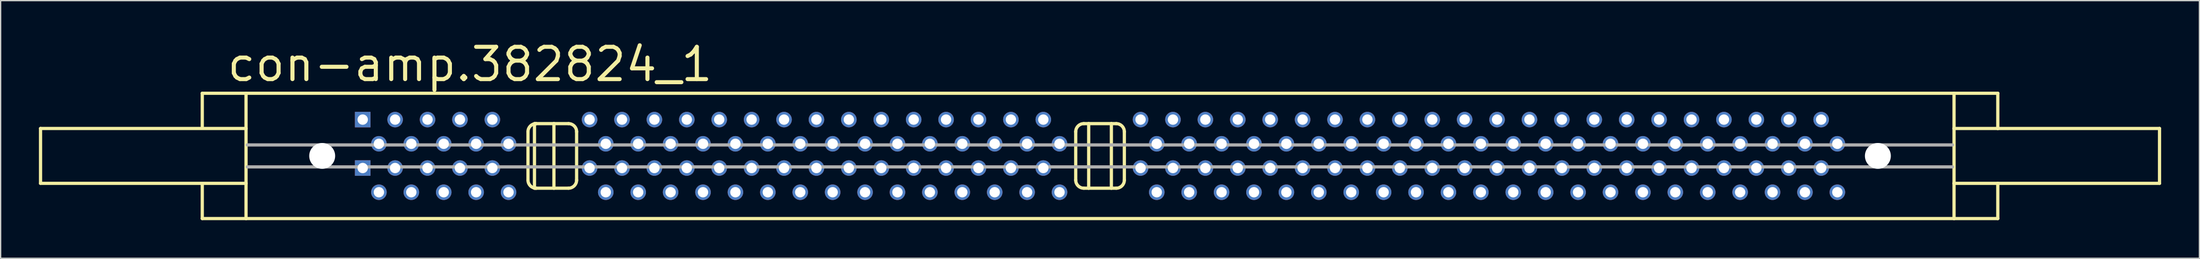
<source format=kicad_pcb>
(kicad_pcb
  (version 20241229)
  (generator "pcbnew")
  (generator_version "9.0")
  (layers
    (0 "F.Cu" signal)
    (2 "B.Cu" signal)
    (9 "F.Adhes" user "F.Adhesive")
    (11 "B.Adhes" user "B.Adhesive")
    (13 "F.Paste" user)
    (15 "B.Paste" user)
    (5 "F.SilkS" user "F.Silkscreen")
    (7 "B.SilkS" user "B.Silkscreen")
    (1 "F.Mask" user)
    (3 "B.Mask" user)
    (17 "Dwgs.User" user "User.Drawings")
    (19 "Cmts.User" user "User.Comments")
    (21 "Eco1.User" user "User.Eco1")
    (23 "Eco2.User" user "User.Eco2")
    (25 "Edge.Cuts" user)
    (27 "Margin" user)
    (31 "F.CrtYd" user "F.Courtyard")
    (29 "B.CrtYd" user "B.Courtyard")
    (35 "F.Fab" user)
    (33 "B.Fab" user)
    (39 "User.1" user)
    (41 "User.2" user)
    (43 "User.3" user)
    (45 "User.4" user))
  (footprint "con-amp.382824_1"
    (layer "F.Cu")
    (at 83.16 9.215)
    (property "Reference" "con-amp.382824_1" (at -68.58 -5.715 0) (layer "F.SilkS") (effects (font (size 2.54 2.54) (thickness 0.32)) (justify left bottom)))
    (attr through_hole)
    (fp_line (start -83.033 -2.159) (end -66.929 -2.159) (stroke (width 0.254) (type default)) (layer "F.SilkS"))
    (fp_line (start -83.033 2.159) (end -83.033 -2.159) (stroke (width 0.254) (type default)) (layer "F.SilkS"))
    (fp_line (start -70.358 -4.928) (end -66.929 -4.928) (stroke (width 0.254) (type default)) (layer "F.SilkS"))
    (fp_line (start -70.358 -2.311) (end -70.358 -4.928) (stroke (width 0.254) (type default)) (layer "F.SilkS"))
    (fp_line (start -70.358 2.286) (end -70.358 4.928) (stroke (width 0.254) (type default)) (layer "F.SilkS"))
    (fp_line (start -70.358 4.928) (end -66.929 4.928) (stroke (width 0.254) (type default)) (layer "F.SilkS"))
    (fp_line (start -66.929 -4.928) (end -66.929 -2.159) (stroke (width 0.254) (type default)) (layer "F.SilkS"))
    (fp_line (start -66.929 -4.928) (end 66.929 -4.928) (stroke (width 0.254) (type default)) (layer "F.SilkS"))
    (fp_line (start -66.929 -2.159) (end -66.929 2.159) (stroke (width 0.254) (type default)) (layer "F.SilkS"))
    (fp_line (start -66.929 2.159) (end -83.033 2.159) (stroke (width 0.254) (type default)) (layer "F.SilkS"))
    (fp_line (start -66.929 4.928) (end -66.929 2.159) (stroke (width 0.254) (type default)) (layer "F.SilkS"))
    (fp_line (start -44.831 -1.905) (end -44.831 1.905) (stroke (width 0.254) (type default)) (layer "F.SilkS"))
    (fp_line (start -44.323 2.54) (end -44.323 -2.54) (stroke (width 0.254) (type default)) (layer "F.SilkS"))
    (fp_line (start -44.323 2.54) (end -44.196 2.54) (stroke (width 0.254) (type default)) (layer "F.SilkS"))
    (fp_line (start -44.196 -2.54) (end -44.323 -2.54) (stroke (width 0.254) (type default)) (layer "F.SilkS"))
    (fp_line (start -44.196 2.54) (end -42.799 2.54) (stroke (width 0.254) (type default)) (layer "F.SilkS"))
    (fp_line (start -42.799 -2.54) (end -44.196 -2.54) (stroke (width 0.254) (type default)) (layer "F.SilkS"))
    (fp_line (start -42.799 2.54) (end -42.799 -2.54) (stroke (width 0.254) (type default)) (layer "F.SilkS"))
    (fp_line (start -42.799 2.54) (end -41.656 2.54) (stroke (width 0.254) (type default)) (layer "F.SilkS"))
    (fp_line (start -41.656 -2.54) (end -42.799 -2.54) (stroke (width 0.254) (type default)) (layer "F.SilkS"))
    (fp_line (start -41.021 1.905) (end -41.021 -1.905) (stroke (width 0.254) (type default)) (layer "F.SilkS"))
    (fp_line (start -1.905 -1.905) (end -1.905 1.905) (stroke (width 0.254) (type default)) (layer "F.SilkS"))
    (fp_line (start -1.27 2.54) (end -0.889 2.54) (stroke (width 0.254) (type default)) (layer "F.SilkS"))
    (fp_line (start -0.889 -2.54) (end -1.27 -2.54) (stroke (width 0.254) (type default)) (layer "F.SilkS"))
    (fp_line (start -0.889 2.54) (end -0.889 -2.54) (stroke (width 0.254) (type default)) (layer "F.SilkS"))
    (fp_line (start -0.889 2.54) (end 0.889 2.54) (stroke (width 0.254) (type default)) (layer "F.SilkS"))
    (fp_line (start 0.889 -2.54) (end -0.889 -2.54) (stroke (width 0.254) (type default)) (layer "F.SilkS"))
    (fp_line (start 0.889 2.54) (end 0.889 -2.54) (stroke (width 0.254) (type default)) (layer "F.SilkS"))
    (fp_line (start 0.889 2.54) (end 1.27 2.54) (stroke (width 0.254) (type default)) (layer "F.SilkS"))
    (fp_line (start 1.27 -2.54) (end 0.889 -2.54) (stroke (width 0.254) (type default)) (layer "F.SilkS"))
    (fp_line (start 1.905 1.905) (end 1.905 -1.905) (stroke (width 0.254) (type default)) (layer "F.SilkS"))
    (fp_line (start 66.929 -4.928) (end 66.929 -2.159) (stroke (width 0.254) (type default)) (layer "F.SilkS"))
    (fp_line (start 66.929 -2.159) (end 66.929 2.159) (stroke (width 0.254) (type default)) (layer "F.SilkS"))
    (fp_line (start 66.929 2.159) (end 66.929 4.928) (stroke (width 0.254) (type default)) (layer "F.SilkS"))
    (fp_line (start 66.929 4.928) (end -66.904 4.928) (stroke (width 0.254) (type default)) (layer "F.SilkS"))
    (fp_line (start 66.929 4.928) (end 70.358 4.928) (stroke (width 0.254) (type default)) (layer "F.SilkS"))
    (fp_line (start 70.358 -4.928) (end 66.929 -4.928) (stroke (width 0.254) (type default)) (layer "F.SilkS"))
    (fp_line (start 70.358 -2.159) (end 66.929 -2.159) (stroke (width 0.254) (type default)) (layer "F.SilkS"))
    (fp_line (start 70.358 -2.159) (end 70.358 -4.928) (stroke (width 0.254) (type default)) (layer "F.SilkS"))
    (fp_line (start 70.358 2.159) (end 66.929 2.159) (stroke (width 0.254) (type default)) (layer "F.SilkS"))
    (fp_line (start 70.358 2.159) (end 83.033 2.159) (stroke (width 0.254) (type default)) (layer "F.SilkS"))
    (fp_line (start 70.358 4.928) (end 70.358 2.159) (stroke (width 0.254) (type default)) (layer "F.SilkS"))
    (fp_line (start 83.033 -2.159) (end 70.358 -2.159) (stroke (width 0.254) (type default)) (layer "F.SilkS"))
    (fp_line (start 83.033 2.159) (end 83.033 -2.159) (stroke (width 0.254) (type default)) (layer "F.SilkS"))
    (fp_arc (start -44.831 -1.905) (mid -44.645013 -2.354013) (end -44.196 -2.54) (stroke (width 0.254) (type default)) (layer "F.SilkS"))
    (fp_arc (start -44.196 2.54) (mid -44.645013 2.354013) (end -44.831 1.905) (stroke (width 0.254) (type default)) (layer "F.SilkS"))
    (fp_arc (start -41.656 -2.54) (mid -41.206987 -2.354013) (end -41.021 -1.905) (stroke (width 0.254) (type default)) (layer "F.SilkS"))
    (fp_arc (start -41.021 1.905) (mid -41.206987 2.354013) (end -41.656 2.54) (stroke (width 0.254) (type default)) (layer "F.SilkS"))
    (fp_arc (start -1.905 -1.905) (mid -1.719013 -2.354013) (end -1.27 -2.54) (stroke (width 0.254) (type default)) (layer "F.SilkS"))
    (fp_arc (start -1.27 2.54) (mid -1.719013 2.354013) (end -1.905 1.905) (stroke (width 0.254) (type default)) (layer "F.SilkS"))
    (fp_arc (start 1.27 -2.54) (mid 1.719013 -2.354013) (end 1.905 -1.905) (stroke (width 0.254) (type default)) (layer "F.SilkS"))
    (fp_arc (start 1.905 1.905) (mid 1.719013 2.354013) (end 1.27 2.54) (stroke (width 0.254) (type default)) (layer "F.SilkS"))
    (fp_line (start -66.827 -0.864) (end 66.802 -0.864) (stroke (width 0.254) (type default)) (layer "F.Fab"))
    (fp_line (start -66.827 0.864) (end 66.802 0.864) (stroke (width 0.254) (type default)) (layer "F.Fab"))
    (pad "" np_thru_hole circle (at -60.96 0) (size 2.032 2.032) (drill 2.032) (layers "*.Cu" "*.Mask"))
    (pad "" np_thru_hole circle (at 60.96 0) (size 2.032 2.032) (drill 2.032) (layers "*.Cu" "*.Mask"))
    (pad "1" thru_hole rect (at -57.785 0.953) (size 1.219 1.219) (drill 0.813) (layers "*.Cu" "*.Mask"))
    (pad "2" thru_hole circle (at -56.515 2.857) (size 1.219 1.219) (drill 0.813) (layers "*.Cu" "*.Mask"))
    (pad "3" thru_hole circle (at -55.245 0.953) (size 1.219 1.219) (drill 0.813) (layers "*.Cu" "*.Mask"))
    (pad "4" thru_hole circle (at -53.975 2.857) (size 1.219 1.219) (drill 0.813) (layers "*.Cu" "*.Mask"))
    (pad "5" thru_hole circle (at -52.705 0.953) (size 1.219 1.219) (drill 0.813) (layers "*.Cu" "*.Mask"))
    (pad "6" thru_hole circle (at -51.435 2.857) (size 1.219 1.219) (drill 0.813) (layers "*.Cu" "*.Mask"))
    (pad "7" thru_hole circle (at -50.165 0.953) (size 1.219 1.219) (drill 0.813) (layers "*.Cu" "*.Mask"))
    (pad "8" thru_hole circle (at -48.895 2.857) (size 1.219 1.219) (drill 0.813) (layers "*.Cu" "*.Mask"))
    (pad "9" thru_hole circle (at -47.625 0.953) (size 1.219 1.219) (drill 0.813) (layers "*.Cu" "*.Mask"))
    (pad "10" thru_hole circle (at -46.355 2.857) (size 1.219 1.219) (drill 0.813) (layers "*.Cu" "*.Mask"))
    (pad "11" thru_hole circle (at -40.005 0.953) (size 1.219 1.219) (drill 0.813) (layers "*.Cu" "*.Mask"))
    (pad "12" thru_hole circle (at -38.735 2.857) (size 1.219 1.219) (drill 0.813) (layers "*.Cu" "*.Mask"))
    (pad "13" thru_hole circle (at -37.465 0.953) (size 1.219 1.219) (drill 0.813) (layers "*.Cu" "*.Mask"))
    (pad "14" thru_hole circle (at -36.195 2.857) (size 1.219 1.219) (drill 0.813) (layers "*.Cu" "*.Mask"))
    (pad "15" thru_hole circle (at -34.925 0.953) (size 1.219 1.219) (drill 0.813) (layers "*.Cu" "*.Mask"))
    (pad "16" thru_hole circle (at -33.655 2.857) (size 1.219 1.219) (drill 0.813) (layers "*.Cu" "*.Mask"))
    (pad "17" thru_hole circle (at -32.385 0.953) (size 1.219 1.219) (drill 0.813) (layers "*.Cu" "*.Mask"))
    (pad "18" thru_hole circle (at -31.115 2.857) (size 1.219 1.219) (drill 0.813) (layers "*.Cu" "*.Mask"))
    (pad "19" thru_hole circle (at -29.845 0.953) (size 1.219 1.219) (drill 0.813) (layers "*.Cu" "*.Mask"))
    (pad "20" thru_hole circle (at -28.575 2.857) (size 1.219 1.219) (drill 0.813) (layers "*.Cu" "*.Mask"))
    (pad "21" thru_hole circle (at -27.305 0.953) (size 1.219 1.219) (drill 0.813) (layers "*.Cu" "*.Mask"))
    (pad "22" thru_hole circle (at -26.035 2.857) (size 1.219 1.219) (drill 0.813) (layers "*.Cu" "*.Mask"))
    (pad "23" thru_hole circle (at -24.765 0.953) (size 1.219 1.219) (drill 0.813) (layers "*.Cu" "*.Mask"))
    (pad "24" thru_hole circle (at -23.495 2.857) (size 1.219 1.219) (drill 0.813) (layers "*.Cu" "*.Mask"))
    (pad "25" thru_hole circle (at -22.225 0.953) (size 1.219 1.219) (drill 0.813) (layers "*.Cu" "*.Mask"))
    (pad "26" thru_hole circle (at -20.955 2.857) (size 1.219 1.219) (drill 0.813) (layers "*.Cu" "*.Mask"))
    (pad "27" thru_hole circle (at -19.685 0.953) (size 1.219 1.219) (drill 0.813) (layers "*.Cu" "*.Mask"))
    (pad "28" thru_hole circle (at -18.415 2.857) (size 1.219 1.219) (drill 0.813) (layers "*.Cu" "*.Mask"))
    (pad "29" thru_hole circle (at -17.145 0.953) (size 1.219 1.219) (drill 0.813) (layers "*.Cu" "*.Mask"))
    (pad "30" thru_hole circle (at -15.875 2.857) (size 1.219 1.219) (drill 0.813) (layers "*.Cu" "*.Mask"))
    (pad "31" thru_hole circle (at -14.605 0.953) (size 1.219 1.219) (drill 0.813) (layers "*.Cu" "*.Mask"))
    (pad "32" thru_hole circle (at -13.335 2.857) (size 1.219 1.219) (drill 0.813) (layers "*.Cu" "*.Mask"))
    (pad "33" thru_hole circle (at -12.065 0.953) (size 1.219 1.219) (drill 0.813) (layers "*.Cu" "*.Mask"))
    (pad "34" thru_hole circle (at -10.795 2.857) (size 1.219 1.219) (drill 0.813) (layers "*.Cu" "*.Mask"))
    (pad "35" thru_hole circle (at -9.525 0.953) (size 1.219 1.219) (drill 0.813) (layers "*.Cu" "*.Mask"))
    (pad "36" thru_hole circle (at -8.255 2.857) (size 1.219 1.219) (drill 0.813) (layers "*.Cu" "*.Mask"))
    (pad "37" thru_hole circle (at -6.985 0.953) (size 1.219 1.219) (drill 0.813) (layers "*.Cu" "*.Mask"))
    (pad "38" thru_hole circle (at -5.715 2.857) (size 1.219 1.219) (drill 0.813) (layers "*.Cu" "*.Mask"))
    (pad "39" thru_hole circle (at -4.445 0.953) (size 1.219 1.219) (drill 0.813) (layers "*.Cu" "*.Mask"))
    (pad "40" thru_hole circle (at -3.175 2.857) (size 1.219 1.219) (drill 0.813) (layers "*.Cu" "*.Mask"))
    (pad "41" thru_hole circle (at 3.175 0.953) (size 1.219 1.219) (drill 0.813) (layers "*.Cu" "*.Mask"))
    (pad "42" thru_hole circle (at 4.445 2.857) (size 1.219 1.219) (drill 0.813) (layers "*.Cu" "*.Mask"))
    (pad "43" thru_hole circle (at 5.715 0.953) (size 1.219 1.219) (drill 0.813) (layers "*.Cu" "*.Mask"))
    (pad "44" thru_hole circle (at 6.985 2.857) (size 1.219 1.219) (drill 0.813) (layers "*.Cu" "*.Mask"))
    (pad "45" thru_hole circle (at 8.255 0.953) (size 1.219 1.219) (drill 0.813) (layers "*.Cu" "*.Mask"))
    (pad "46" thru_hole circle (at 9.525 2.857) (size 1.219 1.219) (drill 0.813) (layers "*.Cu" "*.Mask"))
    (pad "47" thru_hole circle (at 10.795 0.953) (size 1.219 1.219) (drill 0.813) (layers "*.Cu" "*.Mask"))
    (pad "48" thru_hole circle (at 12.065 2.857) (size 1.219 1.219) (drill 0.813) (layers "*.Cu" "*.Mask"))
    (pad "49" thru_hole circle (at 13.335 0.953) (size 1.219 1.219) (drill 0.813) (layers "*.Cu" "*.Mask"))
    (pad "50" thru_hole circle (at 14.605 2.857) (size 1.219 1.219) (drill 0.813) (layers "*.Cu" "*.Mask"))
    (pad "51" thru_hole circle (at 15.875 0.953) (size 1.219 1.219) (drill 0.813) (layers "*.Cu" "*.Mask"))
    (pad "52" thru_hole circle (at 17.145 2.857) (size 1.219 1.219) (drill 0.813) (layers "*.Cu" "*.Mask"))
    (pad "53" thru_hole circle (at 18.415 0.953) (size 1.219 1.219) (drill 0.813) (layers "*.Cu" "*.Mask"))
    (pad "54" thru_hole circle (at 19.685 2.857) (size 1.219 1.219) (drill 0.813) (layers "*.Cu" "*.Mask"))
    (pad "55" thru_hole circle (at 20.955 0.953) (size 1.219 1.219) (drill 0.813) (layers "*.Cu" "*.Mask"))
    (pad "56" thru_hole circle (at 22.225 2.857) (size 1.219 1.219) (drill 0.813) (layers "*.Cu" "*.Mask"))
    (pad "57" thru_hole circle (at 23.495 0.953) (size 1.219 1.219) (drill 0.813) (layers "*.Cu" "*.Mask"))
    (pad "58" thru_hole circle (at 24.765 2.857) (size 1.219 1.219) (drill 0.813) (layers "*.Cu" "*.Mask"))
    (pad "59" thru_hole circle (at 26.035 0.953) (size 1.219 1.219) (drill 0.813) (layers "*.Cu" "*.Mask"))
    (pad "60" thru_hole circle (at 27.305 2.857) (size 1.219 1.219) (drill 0.813) (layers "*.Cu" "*.Mask"))
    (pad "61" thru_hole circle (at 28.575 0.953) (size 1.219 1.219) (drill 0.813) (layers "*.Cu" "*.Mask"))
    (pad "62" thru_hole circle (at 29.845 2.857) (size 1.219 1.219) (drill 0.813) (layers "*.Cu" "*.Mask"))
    (pad "63" thru_hole circle (at 31.115 0.953) (size 1.219 1.219) (drill 0.813) (layers "*.Cu" "*.Mask"))
    (pad "64" thru_hole circle (at 32.385 2.857) (size 1.219 1.219) (drill 0.813) (layers "*.Cu" "*.Mask"))
    (pad "65" thru_hole circle (at 33.655 0.953) (size 1.219 1.219) (drill 0.813) (layers "*.Cu" "*.Mask"))
    (pad "66" thru_hole circle (at 34.925 2.857) (size 1.219 1.219) (drill 0.813) (layers "*.Cu" "*.Mask"))
    (pad "67" thru_hole circle (at 36.195 0.953) (size 1.219 1.219) (drill 0.813) (layers "*.Cu" "*.Mask"))
    (pad "68" thru_hole circle (at 37.465 2.857) (size 1.219 1.219) (drill 0.813) (layers "*.Cu" "*.Mask"))
    (pad "69" thru_hole circle (at 38.735 0.953) (size 1.219 1.219) (drill 0.813) (layers "*.Cu" "*.Mask"))
    (pad "70" thru_hole circle (at 40.005 2.857) (size 1.219 1.219) (drill 0.813) (layers "*.Cu" "*.Mask"))
    (pad "71" thru_hole circle (at 41.275 0.953) (size 1.219 1.219) (drill 0.813) (layers "*.Cu" "*.Mask"))
    (pad "72" thru_hole circle (at 42.545 2.857) (size 1.219 1.219) (drill 0.813) (layers "*.Cu" "*.Mask"))
    (pad "73" thru_hole circle (at 43.815 0.953) (size 1.219 1.219) (drill 0.813) (layers "*.Cu" "*.Mask"))
    (pad "74" thru_hole circle (at 45.085 2.857) (size 1.219 1.219) (drill 0.813) (layers "*.Cu" "*.Mask"))
    (pad "75" thru_hole circle (at 46.355 0.953) (size 1.219 1.219) (drill 0.813) (layers "*.Cu" "*.Mask"))
    (pad "76" thru_hole circle (at 47.625 2.857) (size 1.219 1.219) (drill 0.813) (layers "*.Cu" "*.Mask"))
    (pad "77" thru_hole circle (at 48.895 0.953) (size 1.219 1.219) (drill 0.813) (layers "*.Cu" "*.Mask"))
    (pad "78" thru_hole circle (at 50.165 2.857) (size 1.219 1.219) (drill 0.813) (layers "*.Cu" "*.Mask"))
    (pad "79" thru_hole circle (at 51.435 0.953) (size 1.219 1.219) (drill 0.813) (layers "*.Cu" "*.Mask"))
    (pad "80" thru_hole circle (at 52.705 2.857) (size 1.219 1.219) (drill 0.813) (layers "*.Cu" "*.Mask"))
    (pad "81" thru_hole circle (at 53.975 0.953) (size 1.219 1.219) (drill 0.813) (layers "*.Cu" "*.Mask"))
    (pad "82" thru_hole circle (at 55.245 2.857) (size 1.219 1.219) (drill 0.813) (layers "*.Cu" "*.Mask"))
    (pad "83" thru_hole circle (at 56.515 0.953) (size 1.219 1.219) (drill 0.813) (layers "*.Cu" "*.Mask"))
    (pad "84" thru_hole circle (at 57.785 2.857) (size 1.219 1.219) (drill 0.813) (layers "*.Cu" "*.Mask"))
    (pad "85" thru_hole rect (at -57.785 -2.857) (size 1.219 1.219) (drill 0.813) (layers "*.Cu" "*.Mask"))
    (pad "86" thru_hole circle (at -56.515 -0.953) (size 1.219 1.219) (drill 0.813) (layers "*.Cu" "*.Mask"))
    (pad "87" thru_hole circle (at -55.245 -2.857) (size 1.219 1.219) (drill 0.813) (layers "*.Cu" "*.Mask"))
    (pad "88" thru_hole circle (at -53.975 -0.953) (size 1.219 1.219) (drill 0.813) (layers "*.Cu" "*.Mask"))
    (pad "89" thru_hole circle (at -52.705 -2.857) (size 1.219 1.219) (drill 0.813) (layers "*.Cu" "*.Mask"))
    (pad "90" thru_hole circle (at -51.435 -0.953) (size 1.219 1.219) (drill 0.813) (layers "*.Cu" "*.Mask"))
    (pad "91" thru_hole circle (at -50.165 -2.857) (size 1.219 1.219) (drill 0.813) (layers "*.Cu" "*.Mask"))
    (pad "92" thru_hole circle (at -48.895 -0.953) (size 1.219 1.219) (drill 0.813) (layers "*.Cu" "*.Mask"))
    (pad "93" thru_hole circle (at -47.625 -2.857) (size 1.219 1.219) (drill 0.813) (layers "*.Cu" "*.Mask"))
    (pad "94" thru_hole circle (at -46.355 -0.953) (size 1.219 1.219) (drill 0.813) (layers "*.Cu" "*.Mask"))
    (pad "95" thru_hole circle (at -40.005 -2.857) (size 1.219 1.219) (drill 0.813) (layers "*.Cu" "*.Mask"))
    (pad "96" thru_hole circle (at -38.735 -0.953) (size 1.219 1.219) (drill 0.813) (layers "*.Cu" "*.Mask"))
    (pad "97" thru_hole circle (at -37.465 -2.857) (size 1.219 1.219) (drill 0.813) (layers "*.Cu" "*.Mask"))
    (pad "98" thru_hole circle (at -36.195 -0.953) (size 1.219 1.219) (drill 0.813) (layers "*.Cu" "*.Mask"))
    (pad "99" thru_hole circle (at -34.925 -2.857) (size 1.219 1.219) (drill 0.813) (layers "*.Cu" "*.Mask"))
    (pad "100" thru_hole circle (at -33.655 -0.953) (size 1.219 1.219) (drill 0.813) (layers "*.Cu" "*.Mask"))
    (pad "101" thru_hole circle (at -32.385 -2.857) (size 1.219 1.219) (drill 0.813) (layers "*.Cu" "*.Mask"))
    (pad "102" thru_hole circle (at -31.115 -0.953) (size 1.219 1.219) (drill 0.813) (layers "*.Cu" "*.Mask"))
    (pad "103" thru_hole circle (at -29.845 -2.857) (size 1.219 1.219) (drill 0.813) (layers "*.Cu" "*.Mask"))
    (pad "104" thru_hole circle (at -28.575 -0.953) (size 1.219 1.219) (drill 0.813) (layers "*.Cu" "*.Mask"))
    (pad "105" thru_hole circle (at -27.305 -2.857) (size 1.219 1.219) (drill 0.813) (layers "*.Cu" "*.Mask"))
    (pad "106" thru_hole circle (at -26.035 -0.953) (size 1.219 1.219) (drill 0.813) (layers "*.Cu" "*.Mask"))
    (pad "107" thru_hole circle (at -24.765 -2.857) (size 1.219 1.219) (drill 0.813) (layers "*.Cu" "*.Mask"))
    (pad "108" thru_hole circle (at -23.495 -0.953) (size 1.219 1.219) (drill 0.813) (layers "*.Cu" "*.Mask"))
    (pad "109" thru_hole circle (at -22.225 -2.857) (size 1.219 1.219) (drill 0.813) (layers "*.Cu" "*.Mask"))
    (pad "110" thru_hole circle (at -20.955 -0.953) (size 1.219 1.219) (drill 0.813) (layers "*.Cu" "*.Mask"))
    (pad "111" thru_hole circle (at -19.685 -2.857) (size 1.219 1.219) (drill 0.813) (layers "*.Cu" "*.Mask"))
    (pad "112" thru_hole circle (at -18.415 -0.953) (size 1.219 1.219) (drill 0.813) (layers "*.Cu" "*.Mask"))
    (pad "113" thru_hole circle (at -17.145 -2.857) (size 1.219 1.219) (drill 0.813) (layers "*.Cu" "*.Mask"))
    (pad "114" thru_hole circle (at -15.875 -0.953) (size 1.219 1.219) (drill 0.813) (layers "*.Cu" "*.Mask"))
    (pad "115" thru_hole circle (at -14.605 -2.857) (size 1.219 1.219) (drill 0.813) (layers "*.Cu" "*.Mask"))
    (pad "116" thru_hole circle (at -13.335 -0.953) (size 1.219 1.219) (drill 0.813) (layers "*.Cu" "*.Mask"))
    (pad "117" thru_hole circle (at -12.065 -2.857) (size 1.219 1.219) (drill 0.813) (layers "*.Cu" "*.Mask"))
    (pad "118" thru_hole circle (at -10.795 -0.953) (size 1.219 1.219) (drill 0.813) (layers "*.Cu" "*.Mask"))
    (pad "119" thru_hole circle (at -9.525 -2.857) (size 1.219 1.219) (drill 0.813) (layers "*.Cu" "*.Mask"))
    (pad "120" thru_hole circle (at -8.255 -0.953) (size 1.219 1.219) (drill 0.813) (layers "*.Cu" "*.Mask"))
    (pad "121" thru_hole circle (at -6.985 -2.857) (size 1.219 1.219) (drill 0.813) (layers "*.Cu" "*.Mask"))
    (pad "122" thru_hole circle (at -5.715 -0.953) (size 1.219 1.219) (drill 0.813) (layers "*.Cu" "*.Mask"))
    (pad "123" thru_hole circle (at -4.445 -2.857) (size 1.219 1.219) (drill 0.813) (layers "*.Cu" "*.Mask"))
    (pad "124" thru_hole circle (at -3.175 -0.953) (size 1.219 1.219) (drill 0.813) (layers "*.Cu" "*.Mask"))
    (pad "125" thru_hole circle (at 3.175 -2.857) (size 1.219 1.219) (drill 0.813) (layers "*.Cu" "*.Mask"))
    (pad "126" thru_hole circle (at 4.445 -0.953) (size 1.219 1.219) (drill 0.813) (layers "*.Cu" "*.Mask"))
    (pad "127" thru_hole circle (at 5.715 -2.857) (size 1.219 1.219) (drill 0.813) (layers "*.Cu" "*.Mask"))
    (pad "128" thru_hole circle (at 6.985 -0.953) (size 1.219 1.219) (drill 0.813) (layers "*.Cu" "*.Mask"))
    (pad "129" thru_hole circle (at 8.255 -2.857) (size 1.219 1.219) (drill 0.813) (layers "*.Cu" "*.Mask"))
    (pad "130" thru_hole circle (at 9.525 -0.953) (size 1.219 1.219) (drill 0.813) (layers "*.Cu" "*.Mask"))
    (pad "131" thru_hole circle (at 10.795 -2.857) (size 1.219 1.219) (drill 0.813) (layers "*.Cu" "*.Mask"))
    (pad "132" thru_hole circle (at 12.065 -0.953) (size 1.219 1.219) (drill 0.813) (layers "*.Cu" "*.Mask"))
    (pad "133" thru_hole circle (at 13.335 -2.857) (size 1.219 1.219) (drill 0.813) (layers "*.Cu" "*.Mask"))
    (pad "134" thru_hole circle (at 14.605 -0.953) (size 1.219 1.219) (drill 0.813) (layers "*.Cu" "*.Mask"))
    (pad "135" thru_hole circle (at 15.875 -2.857) (size 1.219 1.219) (drill 0.813) (layers "*.Cu" "*.Mask"))
    (pad "136" thru_hole circle (at 17.145 -0.953) (size 1.219 1.219) (drill 0.813) (layers "*.Cu" "*.Mask"))
    (pad "137" thru_hole circle (at 18.415 -2.857) (size 1.219 1.219) (drill 0.813) (layers "*.Cu" "*.Mask"))
    (pad "138" thru_hole circle (at 19.685 -0.953) (size 1.219 1.219) (drill 0.813) (layers "*.Cu" "*.Mask"))
    (pad "139" thru_hole circle (at 20.955 -2.857) (size 1.219 1.219) (drill 0.813) (layers "*.Cu" "*.Mask"))
    (pad "140" thru_hole circle (at 22.225 -0.953) (size 1.219 1.219) (drill 0.813) (layers "*.Cu" "*.Mask"))
    (pad "141" thru_hole circle (at 23.495 -2.857) (size 1.219 1.219) (drill 0.813) (layers "*.Cu" "*.Mask"))
    (pad "142" thru_hole circle (at 24.765 -0.953) (size 1.219 1.219) (drill 0.813) (layers "*.Cu" "*.Mask"))
    (pad "143" thru_hole circle (at 26.035 -2.857) (size 1.219 1.219) (drill 0.813) (layers "*.Cu" "*.Mask"))
    (pad "144" thru_hole circle (at 27.305 -0.953) (size 1.219 1.219) (drill 0.813) (layers "*.Cu" "*.Mask"))
    (pad "145" thru_hole circle (at 28.575 -2.857) (size 1.219 1.219) (drill 0.813) (layers "*.Cu" "*.Mask"))
    (pad "146" thru_hole circle (at 29.845 -0.953) (size 1.219 1.219) (drill 0.813) (layers "*.Cu" "*.Mask"))
    (pad "147" thru_hole circle (at 31.115 -2.857) (size 1.219 1.219) (drill 0.813) (layers "*.Cu" "*.Mask"))
    (pad "148" thru_hole circle (at 32.385 -0.953) (size 1.219 1.219) (drill 0.813) (layers "*.Cu" "*.Mask"))
    (pad "149" thru_hole circle (at 33.655 -2.857) (size 1.219 1.219) (drill 0.813) (layers "*.Cu" "*.Mask"))
    (pad "150" thru_hole circle (at 34.925 -0.953) (size 1.219 1.219) (drill 0.813) (layers "*.Cu" "*.Mask"))
    (pad "151" thru_hole circle (at 36.195 -2.857) (size 1.219 1.219) (drill 0.813) (layers "*.Cu" "*.Mask"))
    (pad "152" thru_hole circle (at 37.465 -0.953) (size 1.219 1.219) (drill 0.813) (layers "*.Cu" "*.Mask"))
    (pad "153" thru_hole circle (at 38.735 -2.857) (size 1.219 1.219) (drill 0.813) (layers "*.Cu" "*.Mask"))
    (pad "154" thru_hole circle (at 40.005 -0.953) (size 1.219 1.219) (drill 0.813) (layers "*.Cu" "*.Mask"))
    (pad "155" thru_hole circle (at 41.275 -2.857) (size 1.219 1.219) (drill 0.813) (layers "*.Cu" "*.Mask"))
    (pad "156" thru_hole circle (at 42.545 -0.953) (size 1.219 1.219) (drill 0.813) (layers "*.Cu" "*.Mask"))
    (pad "157" thru_hole circle (at 43.815 -2.857) (size 1.219 1.219) (drill 0.813) (layers "*.Cu" "*.Mask"))
    (pad "158" thru_hole circle (at 45.085 -0.953) (size 1.219 1.219) (drill 0.813) (layers "*.Cu" "*.Mask"))
    (pad "159" thru_hole circle (at 46.355 -2.857) (size 1.219 1.219) (drill 0.813) (layers "*.Cu" "*.Mask"))
    (pad "160" thru_hole circle (at 47.625 -0.953) (size 1.219 1.219) (drill 0.813) (layers "*.Cu" "*.Mask"))
    (pad "161" thru_hole circle (at 48.895 -2.857) (size 1.219 1.219) (drill 0.813) (layers "*.Cu" "*.Mask"))
    (pad "162" thru_hole circle (at 50.165 -0.953) (size 1.219 1.219) (drill 0.813) (layers "*.Cu" "*.Mask"))
    (pad "163" thru_hole circle (at 51.435 -2.857) (size 1.219 1.219) (drill 0.813) (layers "*.Cu" "*.Mask"))
    (pad "164" thru_hole circle (at 52.705 -0.953) (size 1.219 1.219) (drill 0.813) (layers "*.Cu" "*.Mask"))
    (pad "165" thru_hole circle (at 53.975 -2.857) (size 1.219 1.219) (drill 0.813) (layers "*.Cu" "*.Mask"))
    (pad "166" thru_hole circle (at 55.245 -0.953) (size 1.219 1.219) (drill 0.813) (layers "*.Cu" "*.Mask"))
    (pad "167" thru_hole circle (at 56.515 -2.857) (size 1.219 1.219) (drill 0.813) (layers "*.Cu" "*.Mask"))
    (pad "168" thru_hole circle (at 57.785 -0.953) (size 1.219 1.219) (drill 0.813) (layers "*.Cu" "*.Mask")))
  (gr_rect
    (start -3 -3)
    (end 169.319 17.27)
    (stroke (width 0.1) (type default))
    (fill no)
    (layer "Edge.Cuts")))
</source>
